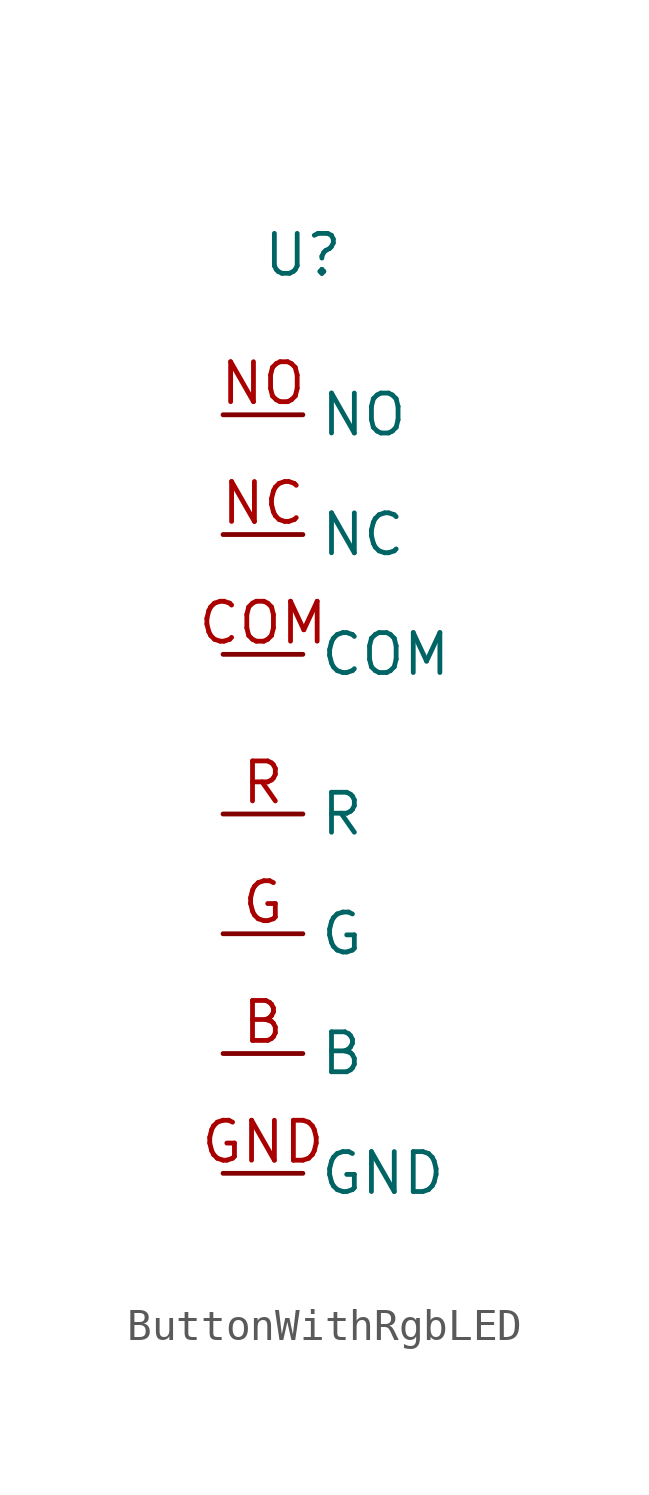
<source format=kicad_sym>
(kicad_symbol_lib
  (version 20220914)
  (generator kicad_symbol_editor)
  (symbol "ButtonWithRgbLED"
    (property "Reference" "U"
      (at 0 8.89 0)
      (effects (font (size 1.27 1.27))))
    (property "Value" ""
      (at 0 0 0)
      (effects (font (size 1.27 1.27))))
    (symbol "ButtonWithRgbLED_1_1"
      (pin bidirectional line (at -2.54 -16.51 0) (length 2.54) (name "B" (effects (font (size 1.27 1.27)))) (number "B" (effects (font (size 1.27 1.27)))))
      (pin bidirectional line (at -2.54 -3.81 0) (length 2.54) (name "COM" (effects (font (size 1.27 1.27)))) (number "COM" (effects (font (size 1.27 1.27)))))
      (pin bidirectional line (at -2.54 -12.7 0) (length 2.54) (name "G" (effects (font (size 1.27 1.27)))) (number "G" (effects (font (size 1.27 1.27)))))
      (pin bidirectional line (at -2.54 -20.32 0) (length 2.54) (name "GND" (effects (font (size 1.27 1.27)))) (number "GND" (effects (font (size 1.27 1.27)))))
      (pin bidirectional line (at -2.54 0 0) (length 2.54) (name "NC" (effects (font (size 1.27 1.27)))) (number "NC" (effects (font (size 1.27 1.27)))))
      (pin bidirectional line (at -2.54 3.81 0) (length 2.54) (name "NO" (effects (font (size 1.27 1.27)))) (number "NO" (effects (font (size 1.27 1.27)))))
      (pin bidirectional line (at -2.54 -8.89 0) (length 2.54) (name "R" (effects (font (size 1.27 1.27)))) (number "R" (effects (font (size 1.27 1.27))))))))
</source>
